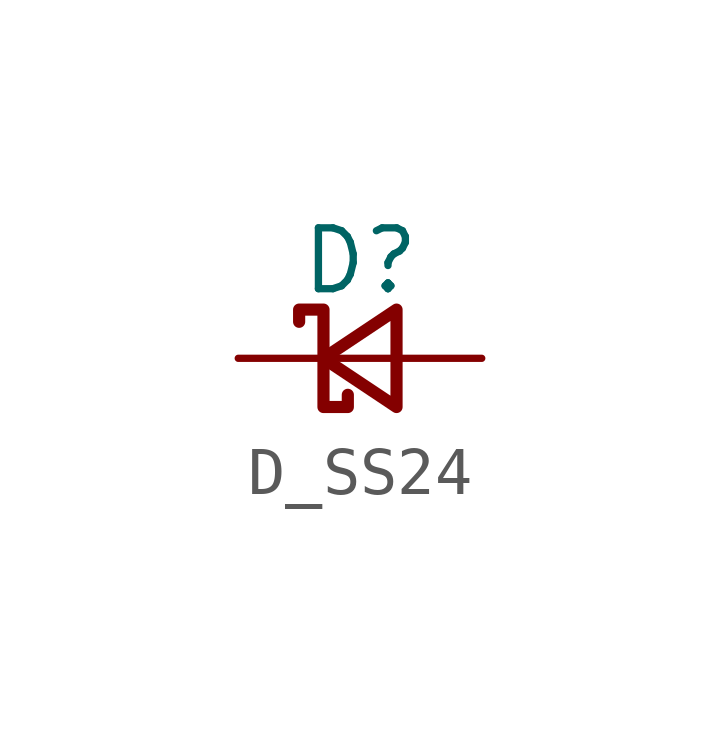
<source format=kicad_sym>
(kicad_symbol_lib
  (version 20220914)
  (generator kicad_symbol_editor)
  (symbol "D_SS24"
    (pin_numbers hide)
    (pin_names
      (offset 0.254) hide)
    (property "Reference" "D"
      (at -1.27 2.032 0)
      (effects (font (size 1.27 1.27)) (justify left)))
    (symbol "D_SS24_0_1"
      (polyline (pts (xy -0.762 0) (xy 0.762 0)) (stroke (width 0) (type default)) (fill (type none)))
      (polyline (pts (xy 0.762 -1.016) (xy -0.762 0) (xy 0.762 1.016) (xy 0.762 -1.016)) (stroke (width 0.254) (type default)) (fill (type none)))
      (polyline (pts (xy -1.27 0.762) (xy -1.27 1.016) (xy -0.762 1.016) (xy -0.762 -1.016) (xy -0.254 -1.016) (xy -0.254 -0.762)) (stroke (width 0.254) (type default)) (fill (type none))))
    (symbol "D_SS24_1_1"
      (pin passive line (at -2.54 0 0) (length 1.778) (name "K" (effects (font (size 1.27 1.27)))) (number "1" (effects (font (size 1.27 1.27)))))
      (pin passive line (at 2.54 0 180) (length 1.778) (name "A" (effects (font (size 1.27 1.27)))) (number "2" (effects (font (size 1.27 1.27))))))))
</source>
